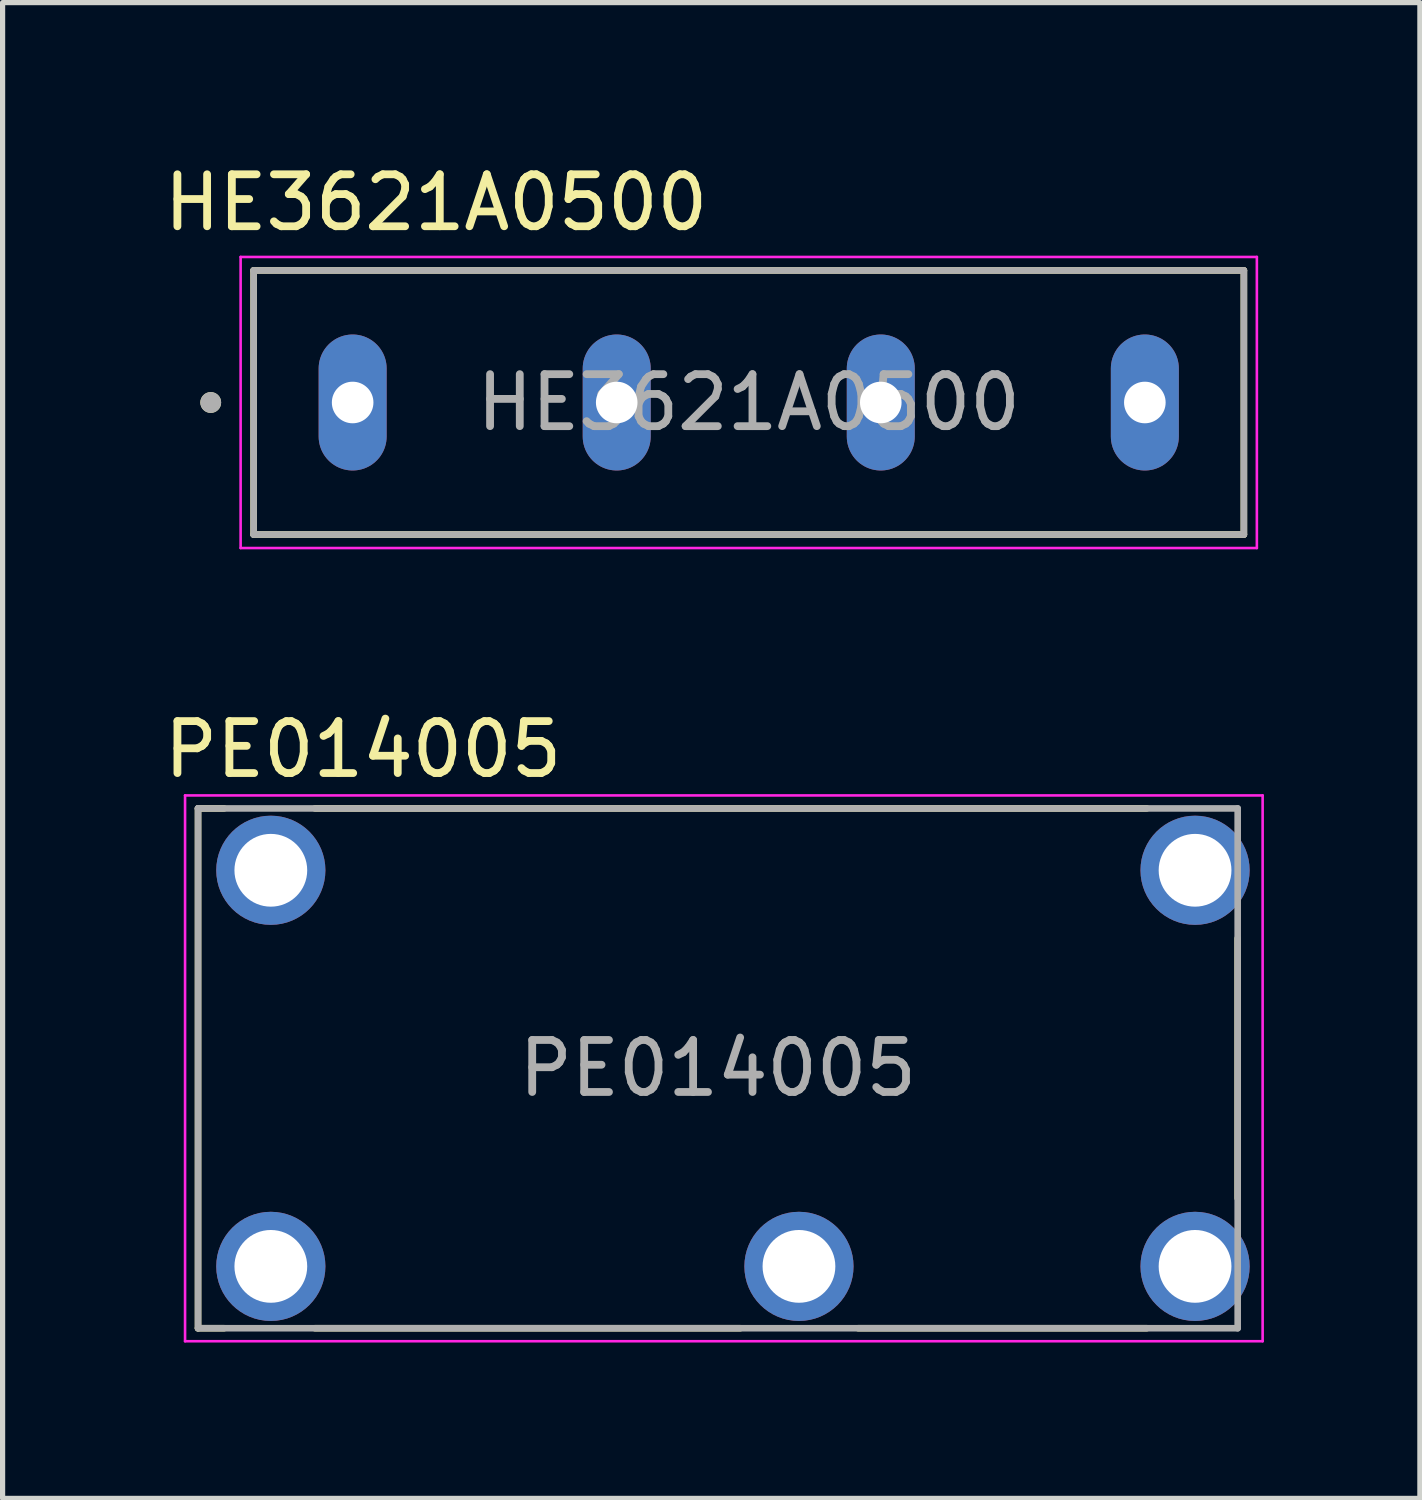
<source format=kicad_pcb>
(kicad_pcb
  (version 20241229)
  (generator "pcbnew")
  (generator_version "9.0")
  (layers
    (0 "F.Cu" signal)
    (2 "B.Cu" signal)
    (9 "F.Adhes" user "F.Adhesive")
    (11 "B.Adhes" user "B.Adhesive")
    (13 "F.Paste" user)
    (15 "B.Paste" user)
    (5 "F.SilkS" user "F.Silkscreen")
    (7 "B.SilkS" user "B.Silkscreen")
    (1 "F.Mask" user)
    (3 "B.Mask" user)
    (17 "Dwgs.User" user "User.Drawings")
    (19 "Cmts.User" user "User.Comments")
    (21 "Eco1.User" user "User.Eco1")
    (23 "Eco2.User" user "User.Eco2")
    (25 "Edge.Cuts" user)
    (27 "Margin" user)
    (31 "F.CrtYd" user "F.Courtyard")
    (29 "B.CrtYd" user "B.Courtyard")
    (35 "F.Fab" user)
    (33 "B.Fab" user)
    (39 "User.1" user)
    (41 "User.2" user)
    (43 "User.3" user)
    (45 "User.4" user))
  (footprint "PE014005"
    (layer "F.Cu")
    (at 10.76 17.502)
    (property "Reference" "PE014005" (at -6.825 -6.135 0) (layer "F.SilkS") (effects (font (size 1 1) (thickness 0.15))))
    (attr through_hole)
    (fp_line (start -10 -5) (end -10 5) (stroke (width 0.127) (type solid)) (layer "F.SilkS"))
    (fp_line (start -10 5) (end -9.5 5) (stroke (width 0.127) (type solid)) (layer "F.SilkS"))
    (fp_line (start -9.5 -5) (end -10 -5) (stroke (width 0.127) (type solid)) (layer "F.SilkS"))
    (fp_line (start -7.75 5) (end 0.43 5) (stroke (width 0.127) (type solid)) (layer "F.SilkS"))
    (fp_line (start 2.7 5) (end 8.25 5) (stroke (width 0.127) (type solid)) (layer "F.SilkS"))
    (fp_line (start 8.25 -5) (end -7.75 -5) (stroke (width 0.127) (type solid)) (layer "F.SilkS"))
    (fp_line (start 10 -2.5) (end 10 2.5) (stroke (width 0.127) (type solid)) (layer "F.SilkS"))
    (fp_line (start -10.25 -5.25) (end -10.25 5.25) (stroke (width 0.05) (type solid)) (layer "F.CrtYd"))
    (fp_line (start -10.25 5.25) (end 10.48 5.25) (stroke (width 0.05) (type solid)) (layer "F.CrtYd"))
    (fp_line (start 10.48 -5.25) (end -10.25 -5.25) (stroke (width 0.05) (type solid)) (layer "F.CrtYd"))
    (fp_line (start 10.48 5.25) (end 10.48 -5.25) (stroke (width 0.05) (type solid)) (layer "F.CrtYd"))
    (fp_line (start -10.002 -5) (end -10 -5) (stroke (width 0.127) (type solid)) (layer "F.Fab"))
    (fp_line (start -10 -5) (end -10 5) (stroke (width 0.127) (type solid)) (layer "F.Fab"))
    (fp_line (start -10 -5) (end 10 -5) (stroke (width 0.127) (type solid)) (layer "F.Fab"))
    (fp_line (start -10 5) (end 10 5) (stroke (width 0.127) (type solid)) (layer "F.Fab"))
    (fp_line (start 10 -5) (end 10 5) (stroke (width 0.127) (type solid)) (layer "F.Fab"))
    (fp_text user "${REFERENCE}" (at 0 0 0) (unlocked yes) (layer "F.Fab") (effects (font (size 1 1) (thickness 0.15))))
    (pad "11" thru_hole circle (at 1.56 3.81) (size 2.1 2.1) (drill 1.4) (layers "*.Cu" "*.Mask"))
    (pad "12" thru_hole circle (at 9.18 -3.81) (size 2.1 2.1) (drill 1.4) (layers "*.Cu" "*.Mask"))
    (pad "14" thru_hole circle (at 9.18 3.81) (size 2.1 2.1) (drill 1.4) (layers "*.Cu" "*.Mask"))
    (pad "A1" thru_hole circle (at -8.6 3.81) (size 2.1 2.1) (drill 1.4) (layers "*.Cu" "*.Mask"))
    (pad "A2" thru_hole circle (at -8.6 -3.81) (size 2.1 2.1) (drill 1.4) (layers "*.Cu" "*.Mask")))
  (footprint "HE3621A0500"
    (layer "F.Cu")
    (at 11.354 4.693)
    (property "Reference" "HE3621A0500" (at -6.015 -3.845 0) (layer "F.SilkS") (effects (font (size 1 1) (thickness 0.15))))
    (attr through_hole)
    (fp_line (start -9.525 -2.54) (end 9.525 -2.54) (stroke (width 0.127) (type solid)) (layer "F.SilkS"))
    (fp_line (start -9.525 2.54) (end -9.525 -2.54) (stroke (width 0.127) (type solid)) (layer "F.SilkS"))
    (fp_line (start 9.525 -2.54) (end 9.525 2.54) (stroke (width 0.127) (type solid)) (layer "F.SilkS"))
    (fp_line (start 9.525 2.54) (end -9.525 2.54) (stroke (width 0.127) (type solid)) (layer "F.SilkS"))
    (fp_circle (center -10.35 0) (end -10.25 0) (stroke (width 0.2) (type solid)) (fill no) (layer "F.SilkS"))
    (fp_line (start -9.775 -2.8) (end 9.775 -2.8) (stroke (width 0.05) (type solid)) (layer "F.CrtYd"))
    (fp_line (start -9.775 2.8) (end -9.775 -2.8) (stroke (width 0.05) (type solid)) (layer "F.CrtYd"))
    (fp_line (start 9.775 -2.8) (end 9.775 2.8) (stroke (width 0.05) (type solid)) (layer "F.CrtYd"))
    (fp_line (start 9.775 2.8) (end -9.775 2.8) (stroke (width 0.05) (type solid)) (layer "F.CrtYd"))
    (fp_line (start -9.525 -2.54) (end 9.525 -2.54) (stroke (width 0.127) (type solid)) (layer "F.Fab"))
    (fp_line (start -9.525 2.54) (end -9.525 -2.54) (stroke (width 0.127) (type solid)) (layer "F.Fab"))
    (fp_line (start 9.525 -2.54) (end 9.525 2.54) (stroke (width 0.127) (type solid)) (layer "F.Fab"))
    (fp_line (start 9.525 2.54) (end -9.525 2.54) (stroke (width 0.127) (type solid)) (layer "F.Fab"))
    (fp_circle (center -10.35 0) (end -10.25 0) (stroke (width 0.2) (type solid)) (fill no) (layer "F.Fab"))
    (fp_text user "${REFERENCE}" (at 0 0 0) (unlocked yes) (layer "F.Fab") (effects (font (size 1 1) (thickness 0.15))))
    (pad "1" thru_hole oval (at -7.62 0) (size 1.308 2.616) (drill 0.8) (layers "*.Cu" "*.Mask"))
    (pad "2" thru_hole oval (at -2.54 0) (size 1.308 2.616) (drill 0.8) (layers "*.Cu" "*.Mask"))
    (pad "3" thru_hole oval (at 2.54 0) (size 1.308 2.616) (drill 0.8) (layers "*.Cu" "*.Mask"))
    (pad "4" thru_hole oval (at 7.62 0) (size 1.308 2.616) (drill 0.8) (layers "*.Cu" "*.Mask")))
  (gr_rect
    (start -3 -3)
    (end 24.265 25.776)
    (stroke (width 0.1) (type default))
    (fill no)
    (layer "Edge.Cuts")))
</source>
